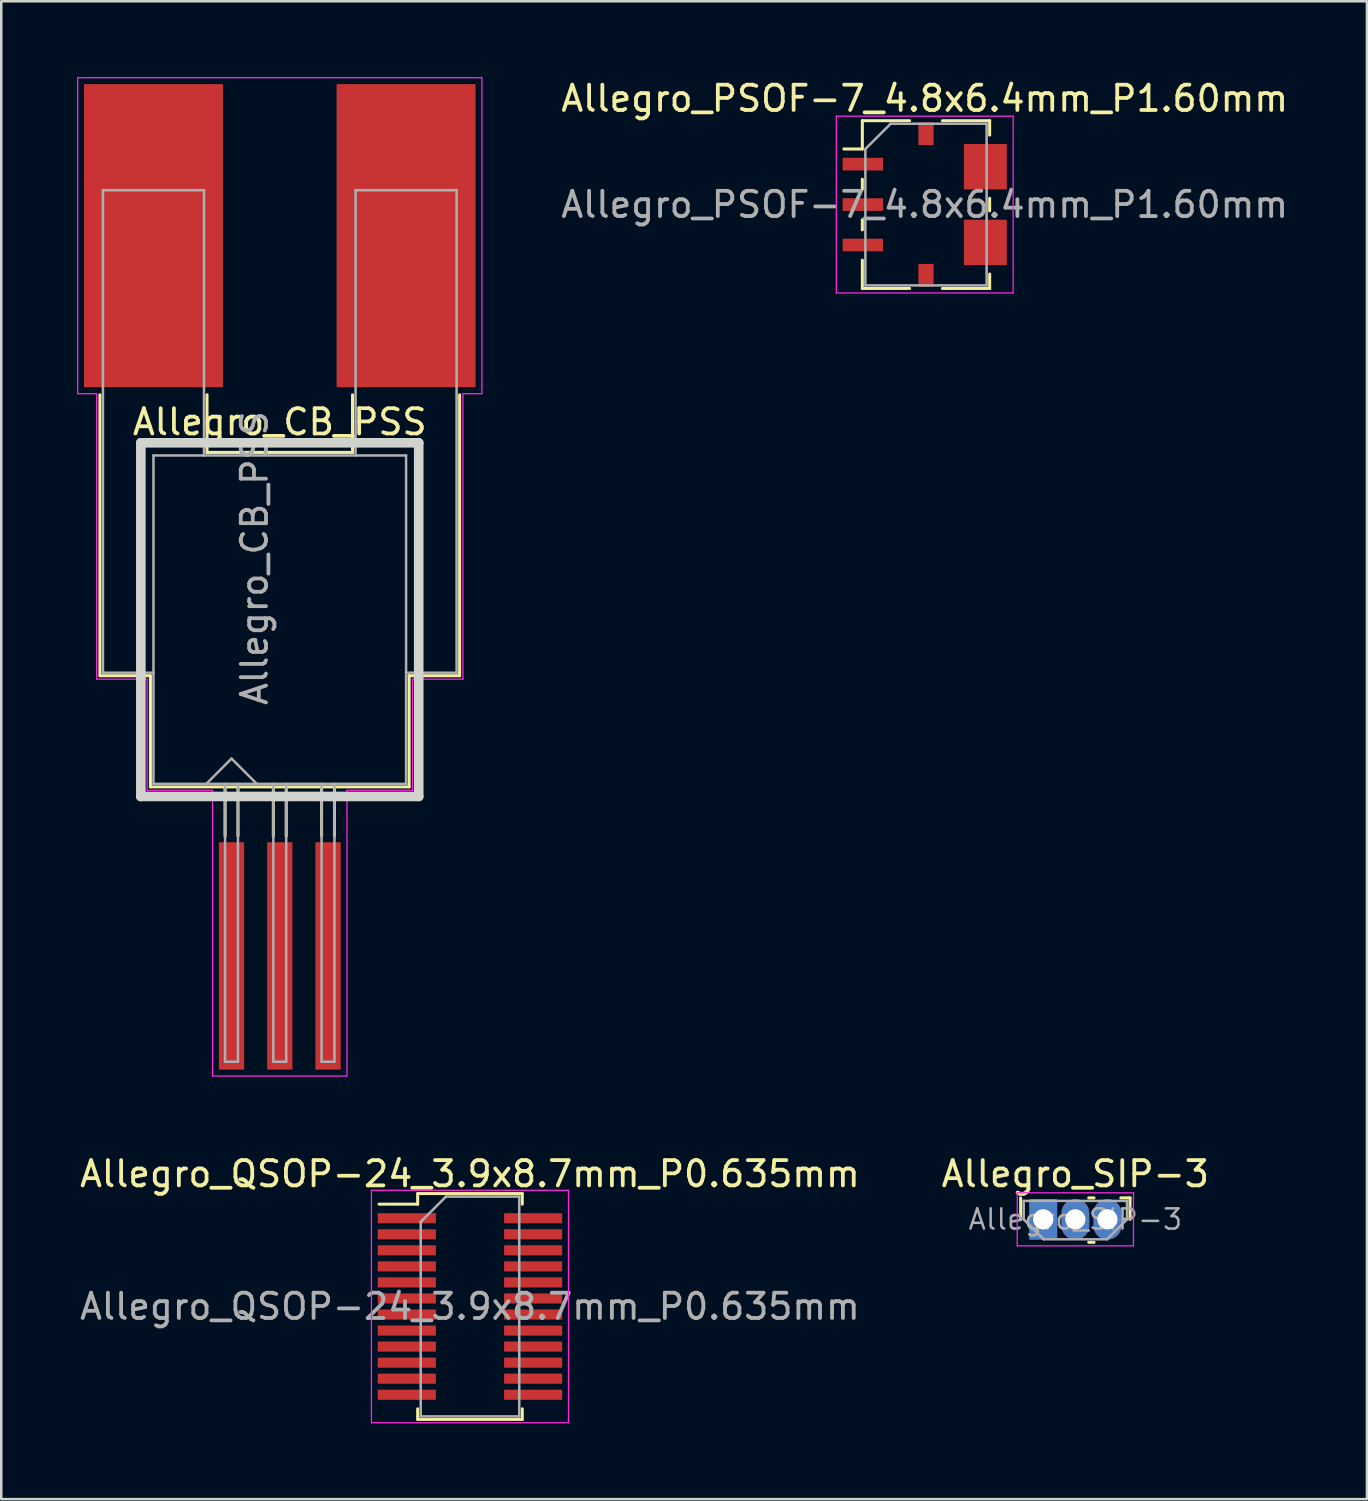
<source format=kicad_pcb>
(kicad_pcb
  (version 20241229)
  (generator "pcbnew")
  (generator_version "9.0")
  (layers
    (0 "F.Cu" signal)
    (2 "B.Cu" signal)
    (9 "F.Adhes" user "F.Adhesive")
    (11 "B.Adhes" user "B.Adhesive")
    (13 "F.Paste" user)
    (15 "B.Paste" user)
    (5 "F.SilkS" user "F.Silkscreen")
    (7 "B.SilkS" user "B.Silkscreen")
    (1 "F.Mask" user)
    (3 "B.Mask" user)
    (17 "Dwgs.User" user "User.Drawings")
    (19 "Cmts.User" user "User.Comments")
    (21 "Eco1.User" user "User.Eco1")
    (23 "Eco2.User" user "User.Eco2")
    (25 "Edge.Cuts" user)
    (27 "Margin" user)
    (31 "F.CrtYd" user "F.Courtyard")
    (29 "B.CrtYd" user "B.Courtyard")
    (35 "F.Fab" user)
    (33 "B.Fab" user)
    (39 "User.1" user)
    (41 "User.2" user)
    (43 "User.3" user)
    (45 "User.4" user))
  (footprint "Allegro_QSOP-24_3.9x8.7mm_P0.635mm"
    (layer "F.Cu")
    (at 15.554 48.668)
    (property "Reference" "Allegro_QSOP-24_3.9x8.7mm_P0.635mm" (at 0 -5.25 0) (layer "F.SilkS") (effects (font (size 1 1) (thickness 0.15))))
    (attr smd)
    (fp_line (start -3.6 -4.05) (end -2.07 -4.05) (stroke (width 0.12) (type solid)) (layer "F.SilkS"))
    (fp_line (start -2.07 -4.47) (end -2.07 -4.05) (stroke (width 0.12) (type solid)) (layer "F.SilkS"))
    (fp_line (start -2.07 -4.47) (end 2.07 -4.47) (stroke (width 0.12) (type solid)) (layer "F.SilkS"))
    (fp_line (start -2.07 4.47) (end -2.07 4.05) (stroke (width 0.12) (type solid)) (layer "F.SilkS"))
    (fp_line (start -2.07 4.47) (end 2.07 4.47) (stroke (width 0.12) (type solid)) (layer "F.SilkS"))
    (fp_line (start 2.07 -4.47) (end 2.07 -4.05) (stroke (width 0.12) (type solid)) (layer "F.SilkS"))
    (fp_line (start 2.07 4.47) (end 2.07 4.05) (stroke (width 0.12) (type solid)) (layer "F.SilkS"))
    (fp_line (start -3.9 -4.6) (end -3.9 4.6) (stroke (width 0.05) (type solid)) (layer "F.CrtYd"))
    (fp_line (start -3.9 -4.6) (end 3.9 -4.6) (stroke (width 0.05) (type solid)) (layer "F.CrtYd"))
    (fp_line (start -3.9 4.6) (end 3.9 4.6) (stroke (width 0.05) (type solid)) (layer "F.CrtYd"))
    (fp_line (start 3.9 -4.6) (end 3.9 4.6) (stroke (width 0.05) (type solid)) (layer "F.CrtYd"))
    (fp_line (start -1.95 -3.35) (end -0.95 -4.35) (stroke (width 0.1) (type solid)) (layer "F.Fab"))
    (fp_line (start -1.95 4.35) (end -1.95 -3.35) (stroke (width 0.1) (type solid)) (layer "F.Fab"))
    (fp_line (start -0.95 -4.35) (end 1.95 -4.35) (stroke (width 0.1) (type solid)) (layer "F.Fab"))
    (fp_line (start 1.95 -4.35) (end 1.95 4.35) (stroke (width 0.1) (type solid)) (layer "F.Fab"))
    (fp_line (start 1.95 4.35) (end -1.95 4.35) (stroke (width 0.1) (type solid)) (layer "F.Fab"))
    (fp_text user "${REFERENCE}" (at 0 0 0) (layer "F.Fab") (effects (font (size 1 1) (thickness 0.15))))
    (pad "1" smd rect (at -2.5 -3.493) (size 2.3 0.4) (layers "F.Cu" "F.Mask" "F.Paste"))
    (pad "2" smd rect (at -2.5 -2.857) (size 2.3 0.4) (layers "F.Cu" "F.Mask" "F.Paste"))
    (pad "3" smd rect (at -2.5 -2.223) (size 2.3 0.4) (layers "F.Cu" "F.Mask" "F.Paste"))
    (pad "4" smd rect (at -2.5 -1.587) (size 2.3 0.4) (layers "F.Cu" "F.Mask" "F.Paste"))
    (pad "5" smd rect (at -2.5 -0.953) (size 2.3 0.4) (layers "F.Cu" "F.Mask" "F.Paste"))
    (pad "6" smd rect (at -2.5 -0.318) (size 2.3 0.4) (layers "F.Cu" "F.Mask" "F.Paste"))
    (pad "7" smd rect (at -2.5 0.318) (size 2.3 0.4) (layers "F.Cu" "F.Mask" "F.Paste"))
    (pad "8" smd rect (at -2.5 0.953) (size 2.3 0.4) (layers "F.Cu" "F.Mask" "F.Paste"))
    (pad "9" smd rect (at -2.5 1.587) (size 2.3 0.4) (layers "F.Cu" "F.Mask" "F.Paste"))
    (pad "10" smd rect (at -2.5 2.223) (size 2.3 0.4) (layers "F.Cu" "F.Mask" "F.Paste"))
    (pad "11" smd rect (at -2.5 2.857) (size 2.3 0.4) (layers "F.Cu" "F.Mask" "F.Paste"))
    (pad "12" smd rect (at -2.5 3.493) (size 2.3 0.4) (layers "F.Cu" "F.Mask" "F.Paste"))
    (pad "13" smd rect (at 2.5 3.493) (size 2.3 0.4) (layers "F.Cu" "F.Mask" "F.Paste"))
    (pad "14" smd rect (at 2.5 2.857) (size 2.3 0.4) (layers "F.Cu" "F.Mask" "F.Paste"))
    (pad "15" smd rect (at 2.5 2.223) (size 2.3 0.4) (layers "F.Cu" "F.Mask" "F.Paste"))
    (pad "16" smd rect (at 2.5 1.587) (size 2.3 0.4) (layers "F.Cu" "F.Mask" "F.Paste"))
    (pad "17" smd rect (at 2.5 0.953) (size 2.3 0.4) (layers "F.Cu" "F.Mask" "F.Paste"))
    (pad "18" smd rect (at 2.5 0.318) (size 2.3 0.4) (layers "F.Cu" "F.Mask" "F.Paste"))
    (pad "19" smd rect (at 2.5 -0.318) (size 2.3 0.4) (layers "F.Cu" "F.Mask" "F.Paste"))
    (pad "20" smd rect (at 2.5 -0.953) (size 2.3 0.4) (layers "F.Cu" "F.Mask" "F.Paste"))
    (pad "21" smd rect (at 2.5 -1.587) (size 2.3 0.4) (layers "F.Cu" "F.Mask" "F.Paste"))
    (pad "22" smd rect (at 2.5 -2.223) (size 2.3 0.4) (layers "F.Cu" "F.Mask" "F.Paste"))
    (pad "23" smd rect (at 2.5 -2.857) (size 2.3 0.4) (layers "F.Cu" "F.Mask" "F.Paste"))
    (pad "24" smd rect (at 2.5 -3.493) (size 2.3 0.4) (layers "F.Cu" "F.Mask" "F.Paste")))
  (footprint "Allegro_SIP-3"
    (layer "F.Cu")
    (at 38.248 45.218)
    (property "Reference" "Allegro_SIP-3" (at 1.27 -1.8 0) (layer "F.SilkS") (effects (font (size 1 1) (thickness 0.15))))
    (attr through_hole)
    (fp_line (start -0.895 0) (end -0.895 -0.85) (stroke (width 0.12) (type solid)) (layer "F.SilkS"))
    (fp_line (start 2.01 -0.85) (end 1.8 -0.85) (stroke (width 0.12) (type solid)) (layer "F.SilkS"))
    (fp_line (start 2.01 0.91) (end 1.8 0.91) (stroke (width 0.12) (type solid)) (layer "F.SilkS"))
    (fp_line (start 3.435 -0.85) (end 3.07 -0.85) (stroke (width 0.12) (type solid)) (layer "F.SilkS"))
    (fp_line (start 3.435 -0.85) (end 3.435 0) (stroke (width 0.12) (type solid)) (layer "F.SilkS"))
    (fp_line (start -1.03 -1.05) (end -1.03 1.05) (stroke (width 0.05) (type solid)) (layer "F.CrtYd"))
    (fp_line (start -1.03 1.05) (end 3.57 1.05) (stroke (width 0.05) (type solid)) (layer "F.CrtYd"))
    (fp_line (start 3.57 -1.05) (end -1.03 -1.05) (stroke (width 0.05) (type solid)) (layer "F.CrtYd"))
    (fp_line (start 3.57 1.05) (end 3.57 -1.05) (stroke (width 0.05) (type solid)) (layer "F.CrtYd"))
    (fp_line (start -0.775 -0.73) (end 3.315 -0.73) (stroke (width 0.1) (type solid)) (layer "F.Fab"))
    (fp_line (start -0.775 0) (end -0.775 -0.73) (stroke (width 0.1) (type solid)) (layer "F.Fab"))
    (fp_line (start -0.775 0) (end 0.015 0.79) (stroke (width 0.1) (type solid)) (layer "F.Fab"))
    (fp_line (start 2.525 0.79) (end 0.015 0.79) (stroke (width 0.1) (type solid)) (layer "F.Fab"))
    (fp_line (start 3.315 -0.73) (end 3.315 0) (stroke (width 0.1) (type solid)) (layer "F.Fab"))
    (fp_line (start 3.315 0) (end 2.525 0.79) (stroke (width 0.1) (type solid)) (layer "F.Fab"))
    (fp_text user "${REFERENCE}" (at 1.27 0 0) (layer "F.Fab") (effects (font (size 0.8 0.8) (thickness 0.1))))
    (pad "1" thru_hole rect (at 0 0) (size 1.1 1.6) (drill 0.8) (layers "*.Cu" "*.Mask"))
    (pad "2" thru_hole oval (at 1.27 0) (size 1.1 1.6) (drill 0.8) (layers "*.Cu" "*.Mask"))
    (pad "3" thru_hole oval (at 2.54 0) (size 1.1 1.6) (drill 0.8) (layers "*.Cu" "*.Mask")))
  (footprint "Allegro_PSOF-7_4.8x6.4mm_P1.60mm"
    (layer "F.Cu")
    (at 33.556 5.048)
    (property "Reference" "Allegro_PSOF-7_4.8x6.4mm_P1.60mm" (at 0 -4.2 0) (layer "F.SilkS") (effects (font (size 1 1) (thickness 0.15))))
    (attr smd)
    (fp_line (start -2.47 -3.32) (end -2.47 -2.2) (stroke (width 0.12) (type solid)) (layer "F.SilkS"))
    (fp_line (start -2.47 -2.2) (end -3.2 -2.2) (stroke (width 0.12) (type solid)) (layer "F.SilkS"))
    (fp_line (start -2.47 -0.6) (end -2.47 -1) (stroke (width 0.12) (type solid)) (layer "F.SilkS"))
    (fp_line (start -2.47 0.6) (end -2.47 1) (stroke (width 0.12) (type solid)) (layer "F.SilkS"))
    (fp_line (start -2.47 3.32) (end -2.47 2.2) (stroke (width 0.12) (type solid)) (layer "F.SilkS"))
    (fp_line (start -0.6 -3.32) (end -2.47 -3.32) (stroke (width 0.12) (type solid)) (layer "F.SilkS"))
    (fp_line (start -0.6 3.32) (end -2.47 3.32) (stroke (width 0.12) (type solid)) (layer "F.SilkS"))
    (fp_line (start 2.57 -3.32) (end 0.7 -3.32) (stroke (width 0.12) (type solid)) (layer "F.SilkS"))
    (fp_line (start 2.57 -3.32) (end 2.57 -2.75) (stroke (width 0.12) (type solid)) (layer "F.SilkS"))
    (fp_line (start 2.57 0.25) (end 2.57 -0.25) (stroke (width 0.12) (type solid)) (layer "F.SilkS"))
    (fp_line (start 2.57 3.32) (end 0.7 3.32) (stroke (width 0.12) (type solid)) (layer "F.SilkS"))
    (fp_line (start 2.57 3.32) (end 2.57 2.75) (stroke (width 0.12) (type solid)) (layer "F.SilkS"))
    (fp_line (start -3.5 -3.5) (end 3.5 -3.5) (stroke (width 0.05) (type solid)) (layer "F.CrtYd"))
    (fp_line (start -3.5 3.5) (end -3.5 -3.5) (stroke (width 0.05) (type solid)) (layer "F.CrtYd"))
    (fp_line (start 3.5 -3.5) (end 3.5 3.5) (stroke (width 0.05) (type solid)) (layer "F.CrtYd"))
    (fp_line (start 3.5 3.5) (end -3.5 3.5) (stroke (width 0.05) (type solid)) (layer "F.CrtYd"))
    (fp_line (start -2.35 3.2) (end -2.35 -2.2) (stroke (width 0.1) (type solid)) (layer "F.Fab"))
    (fp_line (start -1.35 -3.2) (end -2.35 -2.2) (stroke (width 0.1) (type solid)) (layer "F.Fab"))
    (fp_line (start -1.35 -3.2) (end 2.45 -3.2) (stroke (width 0.1) (type solid)) (layer "F.Fab"))
    (fp_line (start 2.45 -3.2) (end 2.45 3.2) (stroke (width 0.1) (type solid)) (layer "F.Fab"))
    (fp_line (start 2.45 3.2) (end -2.35 3.2) (stroke (width 0.1) (type solid)) (layer "F.Fab"))
    (fp_text user "${REFERENCE}" (at 0 0 0) (layer "F.Fab") (effects (font (size 1 1) (thickness 0.15))))
    (pad "1" smd rect (at -2.45 -1.6) (size 1.6 0.5) (layers "F.Cu" "F.Mask" "F.Paste"))
    (pad "2" smd rect (at -2.45 0) (size 1.6 0.5) (layers "F.Cu" "F.Mask" "F.Paste"))
    (pad "3" smd rect (at -2.45 1.6) (size 1.6 0.5) (layers "F.Cu" "F.Mask" "F.Paste"))
    (pad "4" smd rect (at 0.05 2.8) (size 0.6 0.9) (layers "F.Cu" "F.Mask" "F.Paste"))
    (pad "5" smd rect (at 2.4 1.5) (size 1.7 1.8) (layers "F.Cu" "F.Mask" "F.Paste"))
    (pad "6" smd rect (at 2.4 -1.5) (size 1.7 1.8) (layers "F.Cu" "F.Mask" "F.Paste"))
    (pad "7" smd rect (at 0.05 -2.8) (size 0.6 0.9) (layers "F.Cu" "F.Mask" "F.Paste")))
  (footprint "Allegro_CB_PSS"
    (layer "F.Cu")
    (at 8.025 19.785)
    (property "Reference" "Allegro_CB_PSS" (at 0 -6.131 0) (layer "F.SilkS") (effects (font (size 1 1) (thickness 0.15))))
    (attr smd)
    (fp_line (start -7.12 3.914) (end -7.12 -7.206) (stroke (width 0.12) (type solid)) (layer "F.SilkS"))
    (fp_line (start -5.12 3.914) (end -7.12 3.914) (stroke (width 0.12) (type solid)) (layer "F.SilkS"))
    (fp_line (start -5.12 8.314) (end -5.12 3.914) (stroke (width 0.12) (type solid)) (layer "F.SilkS"))
    (fp_line (start -2.88 -4.926) (end -2.88 -7.206) (stroke (width 0.12) (type solid)) (layer "F.SilkS"))
    (fp_line (start -2.88 -4.926) (end 2.88 -4.926) (stroke (width 0.12) (type solid)) (layer "F.SilkS"))
    (fp_line (start -2.165 8.314) (end -2.165 10.256) (stroke (width 0.12) (type solid)) (layer "F.SilkS"))
    (fp_line (start -1.655 8.314) (end -1.655 10.256) (stroke (width 0.12) (type solid)) (layer "F.SilkS"))
    (fp_line (start -0.255 8.314) (end -0.255 10.256) (stroke (width 0.12) (type solid)) (layer "F.SilkS"))
    (fp_line (start 0.255 8.314) (end 0.255 10.256) (stroke (width 0.12) (type solid)) (layer "F.SilkS"))
    (fp_line (start 1.655 8.314) (end 1.655 10.256) (stroke (width 0.12) (type solid)) (layer "F.SilkS"))
    (fp_line (start 2.165 8.314) (end 2.165 10.256) (stroke (width 0.12) (type solid)) (layer "F.SilkS"))
    (fp_line (start 2.88 -4.926) (end 2.88 -7.206) (stroke (width 0.12) (type solid)) (layer "F.SilkS"))
    (fp_line (start 5.12 3.914) (end 7.12 3.914) (stroke (width 0.12) (type solid)) (layer "F.SilkS"))
    (fp_line (start 5.12 8.314) (end -5.12 8.314) (stroke (width 0.12) (type solid)) (layer "F.SilkS"))
    (fp_line (start 5.12 8.314) (end 5.12 3.914) (stroke (width 0.12) (type solid)) (layer "F.SilkS"))
    (fp_line (start 7.12 3.914) (end 7.12 -7.206) (stroke (width 0.12) (type solid)) (layer "F.SilkS"))
    (fp_line (start -5.5 -5.306) (end 5.5 -5.306) (stroke (width 0.381) (type solid)) (layer "Edge.Cuts"))
    (fp_line (start -5.5 8.694) (end -5.5 -5.306) (stroke (width 0.381) (type solid)) (layer "Edge.Cuts"))
    (fp_line (start 5.5 -5.306) (end 5.5 8.694) (stroke (width 0.381) (type solid)) (layer "Edge.Cuts"))
    (fp_line (start 5.5 8.694) (end -5.5 8.694) (stroke (width 0.381) (type solid)) (layer "Edge.Cuts"))
    (fp_line (start -8 -19.76) (end 8 -19.76) (stroke (width 0.05) (type solid)) (layer "F.CrtYd"))
    (fp_line (start -8 -7.25) (end -8 -19.76) (stroke (width 0.05) (type solid)) (layer "F.CrtYd"))
    (fp_line (start -8 -7.25) (end -7.25 -7.25) (stroke (width 0.05) (type solid)) (layer "F.CrtYd"))
    (fp_line (start -7.25 4.05) (end -7.25 -7.25) (stroke (width 0.05) (type solid)) (layer "F.CrtYd"))
    (fp_line (start -5.25 4.05) (end -7.25 4.05) (stroke (width 0.05) (type solid)) (layer "F.CrtYd"))
    (fp_line (start -5.25 4.05) (end -5.25 8.45) (stroke (width 0.05) (type solid)) (layer "F.CrtYd"))
    (fp_line (start -2.66 8.45) (end -5.25 8.45) (stroke (width 0.05) (type solid)) (layer "F.CrtYd"))
    (fp_line (start -2.66 8.45) (end -2.66 19.76) (stroke (width 0.05) (type solid)) (layer "F.CrtYd"))
    (fp_line (start 2.66 8.45) (end 2.66 19.76) (stroke (width 0.05) (type solid)) (layer "F.CrtYd"))
    (fp_line (start 2.66 8.45) (end 5.25 8.45) (stroke (width 0.05) (type solid)) (layer "F.CrtYd"))
    (fp_line (start 2.66 19.76) (end -2.66 19.76) (stroke (width 0.05) (type solid)) (layer "F.CrtYd"))
    (fp_line (start 5.25 4.05) (end 5.25 8.45) (stroke (width 0.05) (type solid)) (layer "F.CrtYd"))
    (fp_line (start 5.25 4.05) (end 7.25 4.05) (stroke (width 0.05) (type solid)) (layer "F.CrtYd"))
    (fp_line (start 7.25 -7.25) (end 8 -7.25) (stroke (width 0.05) (type solid)) (layer "F.CrtYd"))
    (fp_line (start 7.25 4.05) (end 7.25 -7.25) (stroke (width 0.05) (type solid)) (layer "F.CrtYd"))
    (fp_line (start 8 -19.76) (end 8 -7.25) (stroke (width 0.05) (type solid)) (layer "F.CrtYd"))
    (fp_line (start -7 -15.306) (end -3 -15.306) (stroke (width 0.1) (type solid)) (layer "F.Fab"))
    (fp_line (start -7 3.794) (end -7 -15.306) (stroke (width 0.1) (type solid)) (layer "F.Fab"))
    (fp_line (start -7 3.794) (end -5 3.794) (stroke (width 0.1) (type solid)) (layer "F.Fab"))
    (fp_line (start -5 -4.806) (end -5 8.194) (stroke (width 0.1) (type solid)) (layer "F.Fab"))
    (fp_line (start -5 -4.806) (end 5 -4.806) (stroke (width 0.1) (type solid)) (layer "F.Fab"))
    (fp_line (start -3 -4.806) (end -3 -15.306) (stroke (width 0.1) (type solid)) (layer "F.Fab"))
    (fp_line (start -2.165 8.194) (end -2.165 19.194) (stroke (width 0.1) (type solid)) (layer "F.Fab"))
    (fp_line (start -1.91 7.194) (end -2.91 8.194) (stroke (width 0.1) (type solid)) (layer "F.Fab"))
    (fp_line (start -1.91 7.194) (end -0.91 8.194) (stroke (width 0.1) (type solid)) (layer "F.Fab"))
    (fp_line (start -1.655 8.194) (end -1.655 19.194) (stroke (width 0.1) (type solid)) (layer "F.Fab"))
    (fp_line (start -1.655 19.194) (end -2.165 19.194) (stroke (width 0.1) (type solid)) (layer "F.Fab"))
    (fp_line (start -0.255 8.194) (end -0.255 19.194) (stroke (width 0.1) (type solid)) (layer "F.Fab"))
    (fp_line (start 0.255 8.194) (end 0.255 19.194) (stroke (width 0.1) (type solid)) (layer "F.Fab"))
    (fp_line (start 0.255 19.194) (end -0.255 19.194) (stroke (width 0.1) (type solid)) (layer "F.Fab"))
    (fp_line (start 1.655 8.194) (end 1.655 19.194) (stroke (width 0.1) (type solid)) (layer "F.Fab"))
    (fp_line (start 2.165 8.194) (end 2.165 19.194) (stroke (width 0.1) (type solid)) (layer "F.Fab"))
    (fp_line (start 2.165 19.194) (end 1.655 19.194) (stroke (width 0.1) (type solid)) (layer "F.Fab"))
    (fp_line (start 3 -4.806) (end 3 -15.306) (stroke (width 0.1) (type solid)) (layer "F.Fab"))
    (fp_line (start 5 -4.806) (end 5 8.194) (stroke (width 0.1) (type solid)) (layer "F.Fab"))
    (fp_line (start 5 3.794) (end 7 3.794) (stroke (width 0.1) (type solid)) (layer "F.Fab"))
    (fp_line (start 5 8.194) (end -5 8.194) (stroke (width 0.1) (type solid)) (layer "F.Fab"))
    (fp_line (start 7 -15.306) (end 3 -15.306) (stroke (width 0.1) (type solid)) (layer "F.Fab"))
    (fp_line (start 7 3.794) (end 7 -15.306) (stroke (width 0.1) (type solid)) (layer "F.Fab"))
    (fp_text user "${REFERENCE}" (at -1 -0.744 90) (layer "F.Fab") (effects (font (size 1 1) (thickness 0.15))))
    (pad "1" smd rect (at -1.91 15.006) (size 1 9) (layers "F.Cu" "F.Mask" "F.Paste"))
    (pad "2" smd rect (at 0 15.006) (size 1 9) (layers "F.Cu" "F.Mask" "F.Paste"))
    (pad "3" smd rect (at 1.91 15.006) (size 1 9) (layers "F.Cu" "F.Mask" "F.Paste"))
    (pad "4" smd rect (at 5 -13.506) (size 5.5 12) (layers "F.Cu" "F.Mask" "F.Paste"))
    (pad "5" smd rect (at -5 -13.506) (size 5.5 12) (layers "F.Cu" "F.Mask" "F.Paste")))
  (gr_rect
    (start -3 -3)
    (end 51.062 56.293)
    (stroke (width 0.1) (type default))
    (fill no)
    (layer "Edge.Cuts")))
</source>
